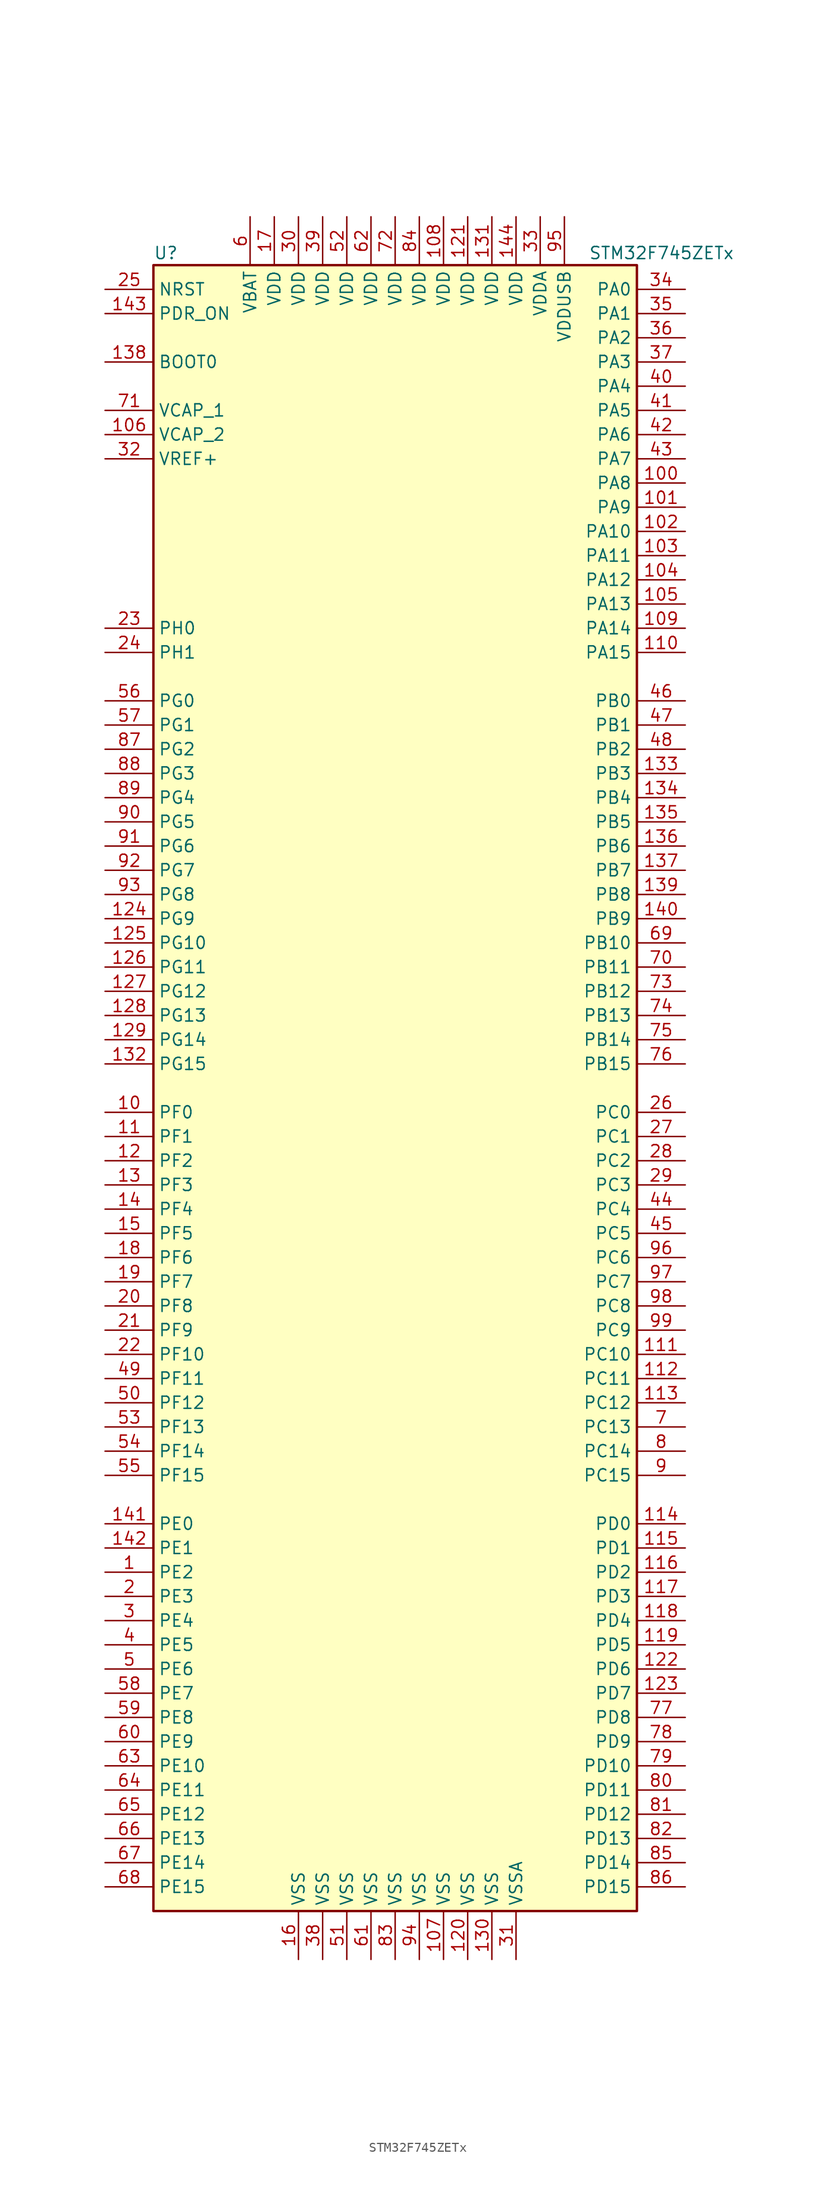
<source format=kicad_sym>
(kicad_symbol_lib
  (version 20201005)
  (generator kicad_symbol_editor)
  (symbol "MCU_ST_STM32F7:STM32F745ZETx"
    (property "Reference" "U"
      (at -25.4 87.63 0)
      (effects (font (size 1.27 1.27)) (justify left)))
    (property "Value" "STM32F745ZETx"
      (at 20.32 87.63 0)
      (effects (font (size 1.27 1.27)) (justify left)))
    (symbol "STM32F745ZETx_0_1"
      (rectangle (start -25.4 -86.36) (end 25.4 86.36) (stroke (width 0.254)) (fill (type background))))
    (symbol "STM32F745ZETx_1_1"
      (pin input line (at -30.48 76.2 0) (length 5.08) (name "BOOT0" (effects (font (size 1.27 1.27)))) (number "138" (effects (font (size 1.27 1.27)))))
      (pin input line (at -30.48 83.82 0) (length 5.08) (name "NRST" (effects (font (size 1.27 1.27)))) (number "25" (effects (font (size 1.27 1.27)))))
      (pin bidirectional line (at 30.48 83.82 180) (length 5.08) (name "PA0" (effects (font (size 1.27 1.27)))) (number "34" (effects (font (size 1.27 1.27)))))
      (pin bidirectional line (at 30.48 81.28 180) (length 5.08) (name "PA1" (effects (font (size 1.27 1.27)))) (number "35" (effects (font (size 1.27 1.27)))))
      (pin bidirectional line (at 30.48 58.42 180) (length 5.08) (name "PA10" (effects (font (size 1.27 1.27)))) (number "102" (effects (font (size 1.27 1.27)))))
      (pin bidirectional line (at 30.48 55.88 180) (length 5.08) (name "PA11" (effects (font (size 1.27 1.27)))) (number "103" (effects (font (size 1.27 1.27)))))
      (pin bidirectional line (at 30.48 53.34 180) (length 5.08) (name "PA12" (effects (font (size 1.27 1.27)))) (number "104" (effects (font (size 1.27 1.27)))))
      (pin bidirectional line (at 30.48 50.8 180) (length 5.08) (name "PA13" (effects (font (size 1.27 1.27)))) (number "105" (effects (font (size 1.27 1.27)))))
      (pin bidirectional line (at 30.48 48.26 180) (length 5.08) (name "PA14" (effects (font (size 1.27 1.27)))) (number "109" (effects (font (size 1.27 1.27)))))
      (pin bidirectional line (at 30.48 45.72 180) (length 5.08) (name "PA15" (effects (font (size 1.27 1.27)))) (number "110" (effects (font (size 1.27 1.27)))))
      (pin bidirectional line (at 30.48 78.74 180) (length 5.08) (name "PA2" (effects (font (size 1.27 1.27)))) (number "36" (effects (font (size 1.27 1.27)))))
      (pin bidirectional line (at 30.48 76.2 180) (length 5.08) (name "PA3" (effects (font (size 1.27 1.27)))) (number "37" (effects (font (size 1.27 1.27)))))
      (pin bidirectional line (at 30.48 73.66 180) (length 5.08) (name "PA4" (effects (font (size 1.27 1.27)))) (number "40" (effects (font (size 1.27 1.27)))))
      (pin bidirectional line (at 30.48 71.12 180) (length 5.08) (name "PA5" (effects (font (size 1.27 1.27)))) (number "41" (effects (font (size 1.27 1.27)))))
      (pin bidirectional line (at 30.48 68.58 180) (length 5.08) (name "PA6" (effects (font (size 1.27 1.27)))) (number "42" (effects (font (size 1.27 1.27)))))
      (pin bidirectional line (at 30.48 66.04 180) (length 5.08) (name "PA7" (effects (font (size 1.27 1.27)))) (number "43" (effects (font (size 1.27 1.27)))))
      (pin bidirectional line (at 30.48 63.5 180) (length 5.08) (name "PA8" (effects (font (size 1.27 1.27)))) (number "100" (effects (font (size 1.27 1.27)))))
      (pin bidirectional line (at 30.48 60.96 180) (length 5.08) (name "PA9" (effects (font (size 1.27 1.27)))) (number "101" (effects (font (size 1.27 1.27)))))
      (pin bidirectional line (at 30.48 40.64 180) (length 5.08) (name "PB0" (effects (font (size 1.27 1.27)))) (number "46" (effects (font (size 1.27 1.27)))))
      (pin bidirectional line (at 30.48 38.1 180) (length 5.08) (name "PB1" (effects (font (size 1.27 1.27)))) (number "47" (effects (font (size 1.27 1.27)))))
      (pin bidirectional line (at 30.48 15.24 180) (length 5.08) (name "PB10" (effects (font (size 1.27 1.27)))) (number "69" (effects (font (size 1.27 1.27)))))
      (pin bidirectional line (at 30.48 12.7 180) (length 5.08) (name "PB11" (effects (font (size 1.27 1.27)))) (number "70" (effects (font (size 1.27 1.27)))))
      (pin bidirectional line (at 30.48 10.16 180) (length 5.08) (name "PB12" (effects (font (size 1.27 1.27)))) (number "73" (effects (font (size 1.27 1.27)))))
      (pin bidirectional line (at 30.48 7.62 180) (length 5.08) (name "PB13" (effects (font (size 1.27 1.27)))) (number "74" (effects (font (size 1.27 1.27)))))
      (pin bidirectional line (at 30.48 5.08 180) (length 5.08) (name "PB14" (effects (font (size 1.27 1.27)))) (number "75" (effects (font (size 1.27 1.27)))))
      (pin bidirectional line (at 30.48 2.54 180) (length 5.08) (name "PB15" (effects (font (size 1.27 1.27)))) (number "76" (effects (font (size 1.27 1.27)))))
      (pin bidirectional line (at 30.48 35.56 180) (length 5.08) (name "PB2" (effects (font (size 1.27 1.27)))) (number "48" (effects (font (size 1.27 1.27)))))
      (pin bidirectional line (at 30.48 33.02 180) (length 5.08) (name "PB3" (effects (font (size 1.27 1.27)))) (number "133" (effects (font (size 1.27 1.27)))))
      (pin bidirectional line (at 30.48 30.48 180) (length 5.08) (name "PB4" (effects (font (size 1.27 1.27)))) (number "134" (effects (font (size 1.27 1.27)))))
      (pin bidirectional line (at 30.48 27.94 180) (length 5.08) (name "PB5" (effects (font (size 1.27 1.27)))) (number "135" (effects (font (size 1.27 1.27)))))
      (pin bidirectional line (at 30.48 25.4 180) (length 5.08) (name "PB6" (effects (font (size 1.27 1.27)))) (number "136" (effects (font (size 1.27 1.27)))))
      (pin bidirectional line (at 30.48 22.86 180) (length 5.08) (name "PB7" (effects (font (size 1.27 1.27)))) (number "137" (effects (font (size 1.27 1.27)))))
      (pin bidirectional line (at 30.48 20.32 180) (length 5.08) (name "PB8" (effects (font (size 1.27 1.27)))) (number "139" (effects (font (size 1.27 1.27)))))
      (pin bidirectional line (at 30.48 17.78 180) (length 5.08) (name "PB9" (effects (font (size 1.27 1.27)))) (number "140" (effects (font (size 1.27 1.27)))))
      (pin bidirectional line (at 30.48 -2.54 180) (length 5.08) (name "PC0" (effects (font (size 1.27 1.27)))) (number "26" (effects (font (size 1.27 1.27)))))
      (pin bidirectional line (at 30.48 -5.08 180) (length 5.08) (name "PC1" (effects (font (size 1.27 1.27)))) (number "27" (effects (font (size 1.27 1.27)))))
      (pin bidirectional line (at 30.48 -27.94 180) (length 5.08) (name "PC10" (effects (font (size 1.27 1.27)))) (number "111" (effects (font (size 1.27 1.27)))))
      (pin bidirectional line (at 30.48 -30.48 180) (length 5.08) (name "PC11" (effects (font (size 1.27 1.27)))) (number "112" (effects (font (size 1.27 1.27)))))
      (pin bidirectional line (at 30.48 -33.02 180) (length 5.08) (name "PC12" (effects (font (size 1.27 1.27)))) (number "113" (effects (font (size 1.27 1.27)))))
      (pin bidirectional line (at 30.48 -35.56 180) (length 5.08) (name "PC13" (effects (font (size 1.27 1.27)))) (number "7" (effects (font (size 1.27 1.27)))))
      (pin bidirectional line (at 30.48 -38.1 180) (length 5.08) (name "PC14" (effects (font (size 1.27 1.27)))) (number "8" (effects (font (size 1.27 1.27)))))
      (pin bidirectional line (at 30.48 -40.64 180) (length 5.08) (name "PC15" (effects (font (size 1.27 1.27)))) (number "9" (effects (font (size 1.27 1.27)))))
      (pin bidirectional line (at 30.48 -7.62 180) (length 5.08) (name "PC2" (effects (font (size 1.27 1.27)))) (number "28" (effects (font (size 1.27 1.27)))))
      (pin bidirectional line (at 30.48 -10.16 180) (length 5.08) (name "PC3" (effects (font (size 1.27 1.27)))) (number "29" (effects (font (size 1.27 1.27)))))
      (pin bidirectional line (at 30.48 -12.7 180) (length 5.08) (name "PC4" (effects (font (size 1.27 1.27)))) (number "44" (effects (font (size 1.27 1.27)))))
      (pin bidirectional line (at 30.48 -15.24 180) (length 5.08) (name "PC5" (effects (font (size 1.27 1.27)))) (number "45" (effects (font (size 1.27 1.27)))))
      (pin bidirectional line (at 30.48 -17.78 180) (length 5.08) (name "PC6" (effects (font (size 1.27 1.27)))) (number "96" (effects (font (size 1.27 1.27)))))
      (pin bidirectional line (at 30.48 -20.32 180) (length 5.08) (name "PC7" (effects (font (size 1.27 1.27)))) (number "97" (effects (font (size 1.27 1.27)))))
      (pin bidirectional line (at 30.48 -22.86 180) (length 5.08) (name "PC8" (effects (font (size 1.27 1.27)))) (number "98" (effects (font (size 1.27 1.27)))))
      (pin bidirectional line (at 30.48 -25.4 180) (length 5.08) (name "PC9" (effects (font (size 1.27 1.27)))) (number "99" (effects (font (size 1.27 1.27)))))
      (pin bidirectional line (at 30.48 -45.72 180) (length 5.08) (name "PD0" (effects (font (size 1.27 1.27)))) (number "114" (effects (font (size 1.27 1.27)))))
      (pin bidirectional line (at 30.48 -48.26 180) (length 5.08) (name "PD1" (effects (font (size 1.27 1.27)))) (number "115" (effects (font (size 1.27 1.27)))))
      (pin bidirectional line (at 30.48 -71.12 180) (length 5.08) (name "PD10" (effects (font (size 1.27 1.27)))) (number "79" (effects (font (size 1.27 1.27)))))
      (pin bidirectional line (at 30.48 -73.66 180) (length 5.08) (name "PD11" (effects (font (size 1.27 1.27)))) (number "80" (effects (font (size 1.27 1.27)))))
      (pin bidirectional line (at 30.48 -76.2 180) (length 5.08) (name "PD12" (effects (font (size 1.27 1.27)))) (number "81" (effects (font (size 1.27 1.27)))))
      (pin bidirectional line (at 30.48 -78.74 180) (length 5.08) (name "PD13" (effects (font (size 1.27 1.27)))) (number "82" (effects (font (size 1.27 1.27)))))
      (pin bidirectional line (at 30.48 -81.28 180) (length 5.08) (name "PD14" (effects (font (size 1.27 1.27)))) (number "85" (effects (font (size 1.27 1.27)))))
      (pin bidirectional line (at 30.48 -83.82 180) (length 5.08) (name "PD15" (effects (font (size 1.27 1.27)))) (number "86" (effects (font (size 1.27 1.27)))))
      (pin bidirectional line (at 30.48 -50.8 180) (length 5.08) (name "PD2" (effects (font (size 1.27 1.27)))) (number "116" (effects (font (size 1.27 1.27)))))
      (pin bidirectional line (at 30.48 -53.34 180) (length 5.08) (name "PD3" (effects (font (size 1.27 1.27)))) (number "117" (effects (font (size 1.27 1.27)))))
      (pin bidirectional line (at 30.48 -55.88 180) (length 5.08) (name "PD4" (effects (font (size 1.27 1.27)))) (number "118" (effects (font (size 1.27 1.27)))))
      (pin bidirectional line (at 30.48 -58.42 180) (length 5.08) (name "PD5" (effects (font (size 1.27 1.27)))) (number "119" (effects (font (size 1.27 1.27)))))
      (pin bidirectional line (at 30.48 -60.96 180) (length 5.08) (name "PD6" (effects (font (size 1.27 1.27)))) (number "122" (effects (font (size 1.27 1.27)))))
      (pin bidirectional line (at 30.48 -63.5 180) (length 5.08) (name "PD7" (effects (font (size 1.27 1.27)))) (number "123" (effects (font (size 1.27 1.27)))))
      (pin bidirectional line (at 30.48 -66.04 180) (length 5.08) (name "PD8" (effects (font (size 1.27 1.27)))) (number "77" (effects (font (size 1.27 1.27)))))
      (pin bidirectional line (at 30.48 -68.58 180) (length 5.08) (name "PD9" (effects (font (size 1.27 1.27)))) (number "78" (effects (font (size 1.27 1.27)))))
      (pin input line (at -30.48 81.28 0) (length 5.08) (name "PDR_ON" (effects (font (size 1.27 1.27)))) (number "143" (effects (font (size 1.27 1.27)))))
      (pin bidirectional line (at -30.48 -45.72 0) (length 5.08) (name "PE0" (effects (font (size 1.27 1.27)))) (number "141" (effects (font (size 1.27 1.27)))))
      (pin bidirectional line (at -30.48 -48.26 0) (length 5.08) (name "PE1" (effects (font (size 1.27 1.27)))) (number "142" (effects (font (size 1.27 1.27)))))
      (pin bidirectional line (at -30.48 -71.12 0) (length 5.08) (name "PE10" (effects (font (size 1.27 1.27)))) (number "63" (effects (font (size 1.27 1.27)))))
      (pin bidirectional line (at -30.48 -73.66 0) (length 5.08) (name "PE11" (effects (font (size 1.27 1.27)))) (number "64" (effects (font (size 1.27 1.27)))))
      (pin bidirectional line (at -30.48 -76.2 0) (length 5.08) (name "PE12" (effects (font (size 1.27 1.27)))) (number "65" (effects (font (size 1.27 1.27)))))
      (pin bidirectional line (at -30.48 -78.74 0) (length 5.08) (name "PE13" (effects (font (size 1.27 1.27)))) (number "66" (effects (font (size 1.27 1.27)))))
      (pin bidirectional line (at -30.48 -81.28 0) (length 5.08) (name "PE14" (effects (font (size 1.27 1.27)))) (number "67" (effects (font (size 1.27 1.27)))))
      (pin bidirectional line (at -30.48 -83.82 0) (length 5.08) (name "PE15" (effects (font (size 1.27 1.27)))) (number "68" (effects (font (size 1.27 1.27)))))
      (pin bidirectional line (at -30.48 -50.8 0) (length 5.08) (name "PE2" (effects (font (size 1.27 1.27)))) (number "1" (effects (font (size 1.27 1.27)))))
      (pin bidirectional line (at -30.48 -53.34 0) (length 5.08) (name "PE3" (effects (font (size 1.27 1.27)))) (number "2" (effects (font (size 1.27 1.27)))))
      (pin bidirectional line (at -30.48 -55.88 0) (length 5.08) (name "PE4" (effects (font (size 1.27 1.27)))) (number "3" (effects (font (size 1.27 1.27)))))
      (pin bidirectional line (at -30.48 -58.42 0) (length 5.08) (name "PE5" (effects (font (size 1.27 1.27)))) (number "4" (effects (font (size 1.27 1.27)))))
      (pin bidirectional line (at -30.48 -60.96 0) (length 5.08) (name "PE6" (effects (font (size 1.27 1.27)))) (number "5" (effects (font (size 1.27 1.27)))))
      (pin bidirectional line (at -30.48 -63.5 0) (length 5.08) (name "PE7" (effects (font (size 1.27 1.27)))) (number "58" (effects (font (size 1.27 1.27)))))
      (pin bidirectional line (at -30.48 -66.04 0) (length 5.08) (name "PE8" (effects (font (size 1.27 1.27)))) (number "59" (effects (font (size 1.27 1.27)))))
      (pin bidirectional line (at -30.48 -68.58 0) (length 5.08) (name "PE9" (effects (font (size 1.27 1.27)))) (number "60" (effects (font (size 1.27 1.27)))))
      (pin bidirectional line (at -30.48 -2.54 0) (length 5.08) (name "PF0" (effects (font (size 1.27 1.27)))) (number "10" (effects (font (size 1.27 1.27)))))
      (pin bidirectional line (at -30.48 -5.08 0) (length 5.08) (name "PF1" (effects (font (size 1.27 1.27)))) (number "11" (effects (font (size 1.27 1.27)))))
      (pin bidirectional line (at -30.48 -27.94 0) (length 5.08) (name "PF10" (effects (font (size 1.27 1.27)))) (number "22" (effects (font (size 1.27 1.27)))))
      (pin bidirectional line (at -30.48 -30.48 0) (length 5.08) (name "PF11" (effects (font (size 1.27 1.27)))) (number "49" (effects (font (size 1.27 1.27)))))
      (pin bidirectional line (at -30.48 -33.02 0) (length 5.08) (name "PF12" (effects (font (size 1.27 1.27)))) (number "50" (effects (font (size 1.27 1.27)))))
      (pin bidirectional line (at -30.48 -35.56 0) (length 5.08) (name "PF13" (effects (font (size 1.27 1.27)))) (number "53" (effects (font (size 1.27 1.27)))))
      (pin bidirectional line (at -30.48 -38.1 0) (length 5.08) (name "PF14" (effects (font (size 1.27 1.27)))) (number "54" (effects (font (size 1.27 1.27)))))
      (pin bidirectional line (at -30.48 -40.64 0) (length 5.08) (name "PF15" (effects (font (size 1.27 1.27)))) (number "55" (effects (font (size 1.27 1.27)))))
      (pin bidirectional line (at -30.48 -7.62 0) (length 5.08) (name "PF2" (effects (font (size 1.27 1.27)))) (number "12" (effects (font (size 1.27 1.27)))))
      (pin bidirectional line (at -30.48 -10.16 0) (length 5.08) (name "PF3" (effects (font (size 1.27 1.27)))) (number "13" (effects (font (size 1.27 1.27)))))
      (pin bidirectional line (at -30.48 -12.7 0) (length 5.08) (name "PF4" (effects (font (size 1.27 1.27)))) (number "14" (effects (font (size 1.27 1.27)))))
      (pin bidirectional line (at -30.48 -15.24 0) (length 5.08) (name "PF5" (effects (font (size 1.27 1.27)))) (number "15" (effects (font (size 1.27 1.27)))))
      (pin bidirectional line (at -30.48 -17.78 0) (length 5.08) (name "PF6" (effects (font (size 1.27 1.27)))) (number "18" (effects (font (size 1.27 1.27)))))
      (pin bidirectional line (at -30.48 -20.32 0) (length 5.08) (name "PF7" (effects (font (size 1.27 1.27)))) (number "19" (effects (font (size 1.27 1.27)))))
      (pin bidirectional line (at -30.48 -22.86 0) (length 5.08) (name "PF8" (effects (font (size 1.27 1.27)))) (number "20" (effects (font (size 1.27 1.27)))))
      (pin bidirectional line (at -30.48 -25.4 0) (length 5.08) (name "PF9" (effects (font (size 1.27 1.27)))) (number "21" (effects (font (size 1.27 1.27)))))
      (pin bidirectional line (at -30.48 40.64 0) (length 5.08) (name "PG0" (effects (font (size 1.27 1.27)))) (number "56" (effects (font (size 1.27 1.27)))))
      (pin bidirectional line (at -30.48 38.1 0) (length 5.08) (name "PG1" (effects (font (size 1.27 1.27)))) (number "57" (effects (font (size 1.27 1.27)))))
      (pin bidirectional line (at -30.48 15.24 0) (length 5.08) (name "PG10" (effects (font (size 1.27 1.27)))) (number "125" (effects (font (size 1.27 1.27)))))
      (pin bidirectional line (at -30.48 12.7 0) (length 5.08) (name "PG11" (effects (font (size 1.27 1.27)))) (number "126" (effects (font (size 1.27 1.27)))))
      (pin bidirectional line (at -30.48 10.16 0) (length 5.08) (name "PG12" (effects (font (size 1.27 1.27)))) (number "127" (effects (font (size 1.27 1.27)))))
      (pin bidirectional line (at -30.48 7.62 0) (length 5.08) (name "PG13" (effects (font (size 1.27 1.27)))) (number "128" (effects (font (size 1.27 1.27)))))
      (pin bidirectional line (at -30.48 5.08 0) (length 5.08) (name "PG14" (effects (font (size 1.27 1.27)))) (number "129" (effects (font (size 1.27 1.27)))))
      (pin bidirectional line (at -30.48 2.54 0) (length 5.08) (name "PG15" (effects (font (size 1.27 1.27)))) (number "132" (effects (font (size 1.27 1.27)))))
      (pin bidirectional line (at -30.48 35.56 0) (length 5.08) (name "PG2" (effects (font (size 1.27 1.27)))) (number "87" (effects (font (size 1.27 1.27)))))
      (pin bidirectional line (at -30.48 33.02 0) (length 5.08) (name "PG3" (effects (font (size 1.27 1.27)))) (number "88" (effects (font (size 1.27 1.27)))))
      (pin bidirectional line (at -30.48 30.48 0) (length 5.08) (name "PG4" (effects (font (size 1.27 1.27)))) (number "89" (effects (font (size 1.27 1.27)))))
      (pin bidirectional line (at -30.48 27.94 0) (length 5.08) (name "PG5" (effects (font (size 1.27 1.27)))) (number "90" (effects (font (size 1.27 1.27)))))
      (pin bidirectional line (at -30.48 25.4 0) (length 5.08) (name "PG6" (effects (font (size 1.27 1.27)))) (number "91" (effects (font (size 1.27 1.27)))))
      (pin bidirectional line (at -30.48 22.86 0) (length 5.08) (name "PG7" (effects (font (size 1.27 1.27)))) (number "92" (effects (font (size 1.27 1.27)))))
      (pin bidirectional line (at -30.48 20.32 0) (length 5.08) (name "PG8" (effects (font (size 1.27 1.27)))) (number "93" (effects (font (size 1.27 1.27)))))
      (pin bidirectional line (at -30.48 17.78 0) (length 5.08) (name "PG9" (effects (font (size 1.27 1.27)))) (number "124" (effects (font (size 1.27 1.27)))))
      (pin input line (at -30.48 48.26 0) (length 5.08) (name "PH0" (effects (font (size 1.27 1.27)))) (number "23" (effects (font (size 1.27 1.27)))))
      (pin input line (at -30.48 45.72 0) (length 5.08) (name "PH1" (effects (font (size 1.27 1.27)))) (number "24" (effects (font (size 1.27 1.27)))))
      (pin power_in line (at -15.24 91.44 270) (length 5.08) (name "VBAT" (effects (font (size 1.27 1.27)))) (number "6" (effects (font (size 1.27 1.27)))))
      (pin power_in line (at -30.48 71.12 0) (length 5.08) (name "VCAP_1" (effects (font (size 1.27 1.27)))) (number "71" (effects (font (size 1.27 1.27)))))
      (pin power_in line (at -30.48 68.58 0) (length 5.08) (name "VCAP_2" (effects (font (size 1.27 1.27)))) (number "106" (effects (font (size 1.27 1.27)))))
      (pin power_in line (at 5.08 91.44 270) (length 5.08) (name "VDD" (effects (font (size 1.27 1.27)))) (number "108" (effects (font (size 1.27 1.27)))))
      (pin power_in line (at 7.62 91.44 270) (length 5.08) (name "VDD" (effects (font (size 1.27 1.27)))) (number "121" (effects (font (size 1.27 1.27)))))
      (pin power_in line (at 10.16 91.44 270) (length 5.08) (name "VDD" (effects (font (size 1.27 1.27)))) (number "131" (effects (font (size 1.27 1.27)))))
      (pin power_in line (at 12.7 91.44 270) (length 5.08) (name "VDD" (effects (font (size 1.27 1.27)))) (number "144" (effects (font (size 1.27 1.27)))))
      (pin power_in line (at -12.7 91.44 270) (length 5.08) (name "VDD" (effects (font (size 1.27 1.27)))) (number "17" (effects (font (size 1.27 1.27)))))
      (pin power_in line (at -10.16 91.44 270) (length 5.08) (name "VDD" (effects (font (size 1.27 1.27)))) (number "30" (effects (font (size 1.27 1.27)))))
      (pin power_in line (at -7.62 91.44 270) (length 5.08) (name "VDD" (effects (font (size 1.27 1.27)))) (number "39" (effects (font (size 1.27 1.27)))))
      (pin power_in line (at -5.08 91.44 270) (length 5.08) (name "VDD" (effects (font (size 1.27 1.27)))) (number "52" (effects (font (size 1.27 1.27)))))
      (pin power_in line (at -2.54 91.44 270) (length 5.08) (name "VDD" (effects (font (size 1.27 1.27)))) (number "62" (effects (font (size 1.27 1.27)))))
      (pin power_in line (at 0 91.44 270) (length 5.08) (name "VDD" (effects (font (size 1.27 1.27)))) (number "72" (effects (font (size 1.27 1.27)))))
      (pin power_in line (at 2.54 91.44 270) (length 5.08) (name "VDD" (effects (font (size 1.27 1.27)))) (number "84" (effects (font (size 1.27 1.27)))))
      (pin power_in line (at 15.24 91.44 270) (length 5.08) (name "VDDA" (effects (font (size 1.27 1.27)))) (number "33" (effects (font (size 1.27 1.27)))))
      (pin power_in line (at 17.78 91.44 270) (length 5.08) (name "VDDUSB" (effects (font (size 1.27 1.27)))) (number "95" (effects (font (size 1.27 1.27)))))
      (pin power_in line (at -30.48 66.04 0) (length 5.08) (name "VREF+" (effects (font (size 1.27 1.27)))) (number "32" (effects (font (size 1.27 1.27)))))
      (pin power_in line (at 5.08 -91.44 90) (length 5.08) (name "VSS" (effects (font (size 1.27 1.27)))) (number "107" (effects (font (size 1.27 1.27)))))
      (pin power_in line (at 7.62 -91.44 90) (length 5.08) (name "VSS" (effects (font (size 1.27 1.27)))) (number "120" (effects (font (size 1.27 1.27)))))
      (pin power_in line (at 10.16 -91.44 90) (length 5.08) (name "VSS" (effects (font (size 1.27 1.27)))) (number "130" (effects (font (size 1.27 1.27)))))
      (pin power_in line (at -10.16 -91.44 90) (length 5.08) (name "VSS" (effects (font (size 1.27 1.27)))) (number "16" (effects (font (size 1.27 1.27)))))
      (pin power_in line (at -7.62 -91.44 90) (length 5.08) (name "VSS" (effects (font (size 1.27 1.27)))) (number "38" (effects (font (size 1.27 1.27)))))
      (pin power_in line (at -5.08 -91.44 90) (length 5.08) (name "VSS" (effects (font (size 1.27 1.27)))) (number "51" (effects (font (size 1.27 1.27)))))
      (pin power_in line (at -2.54 -91.44 90) (length 5.08) (name "VSS" (effects (font (size 1.27 1.27)))) (number "61" (effects (font (size 1.27 1.27)))))
      (pin power_in line (at 0 -91.44 90) (length 5.08) (name "VSS" (effects (font (size 1.27 1.27)))) (number "83" (effects (font (size 1.27 1.27)))))
      (pin power_in line (at 2.54 -91.44 90) (length 5.08) (name "VSS" (effects (font (size 1.27 1.27)))) (number "94" (effects (font (size 1.27 1.27)))))
      (pin power_in line (at 12.7 -91.44 90) (length 5.08) (name "VSSA" (effects (font (size 1.27 1.27)))) (number "31" (effects (font (size 1.27 1.27))))))))
</source>
